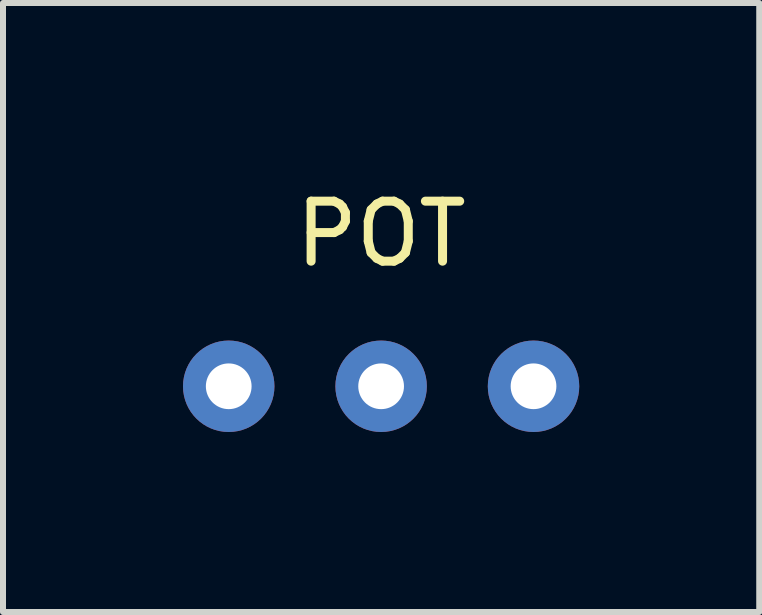
<source format=kicad_pcb>
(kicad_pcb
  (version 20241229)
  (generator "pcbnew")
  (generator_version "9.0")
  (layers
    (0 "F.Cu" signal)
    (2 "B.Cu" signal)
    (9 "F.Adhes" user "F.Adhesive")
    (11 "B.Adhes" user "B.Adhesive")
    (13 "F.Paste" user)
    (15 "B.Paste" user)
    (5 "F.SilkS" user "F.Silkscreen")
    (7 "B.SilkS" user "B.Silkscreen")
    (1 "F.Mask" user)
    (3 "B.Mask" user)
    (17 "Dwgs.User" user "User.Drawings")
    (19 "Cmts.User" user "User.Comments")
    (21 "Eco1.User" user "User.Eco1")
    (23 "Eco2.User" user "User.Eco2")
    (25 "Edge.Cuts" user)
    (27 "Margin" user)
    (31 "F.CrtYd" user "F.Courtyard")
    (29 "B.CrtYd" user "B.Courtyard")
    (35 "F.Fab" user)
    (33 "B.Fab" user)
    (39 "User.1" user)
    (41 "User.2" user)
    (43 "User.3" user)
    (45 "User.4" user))
  (footprint "POT"
    (layer "F.Cu")
    (at 3.302 3.388)
    (property "Reference" "POT" (at 0 -2.54 0) (layer "F.SilkS") (effects (font (size 1 1) (thickness 0.15))))
    (attr through_hole)
    (pad "1" thru_hole circle (at -2.54 0) (size 1.524 1.524) (drill 0.762) (layers "*.Cu" "*.Mask"))
    (pad "2" thru_hole circle (at 0 0) (size 1.524 1.524) (drill 0.762) (layers "*.Cu" "*.Mask"))
    (pad "3" thru_hole circle (at 2.54 0) (size 1.524 1.524) (drill 0.762) (layers "*.Cu" "*.Mask")))
  (gr_rect
    (start -3 -3)
    (end 9.604 7.15)
    (stroke (width 0.1) (type default))
    (fill no)
    (layer "Edge.Cuts")))
</source>
